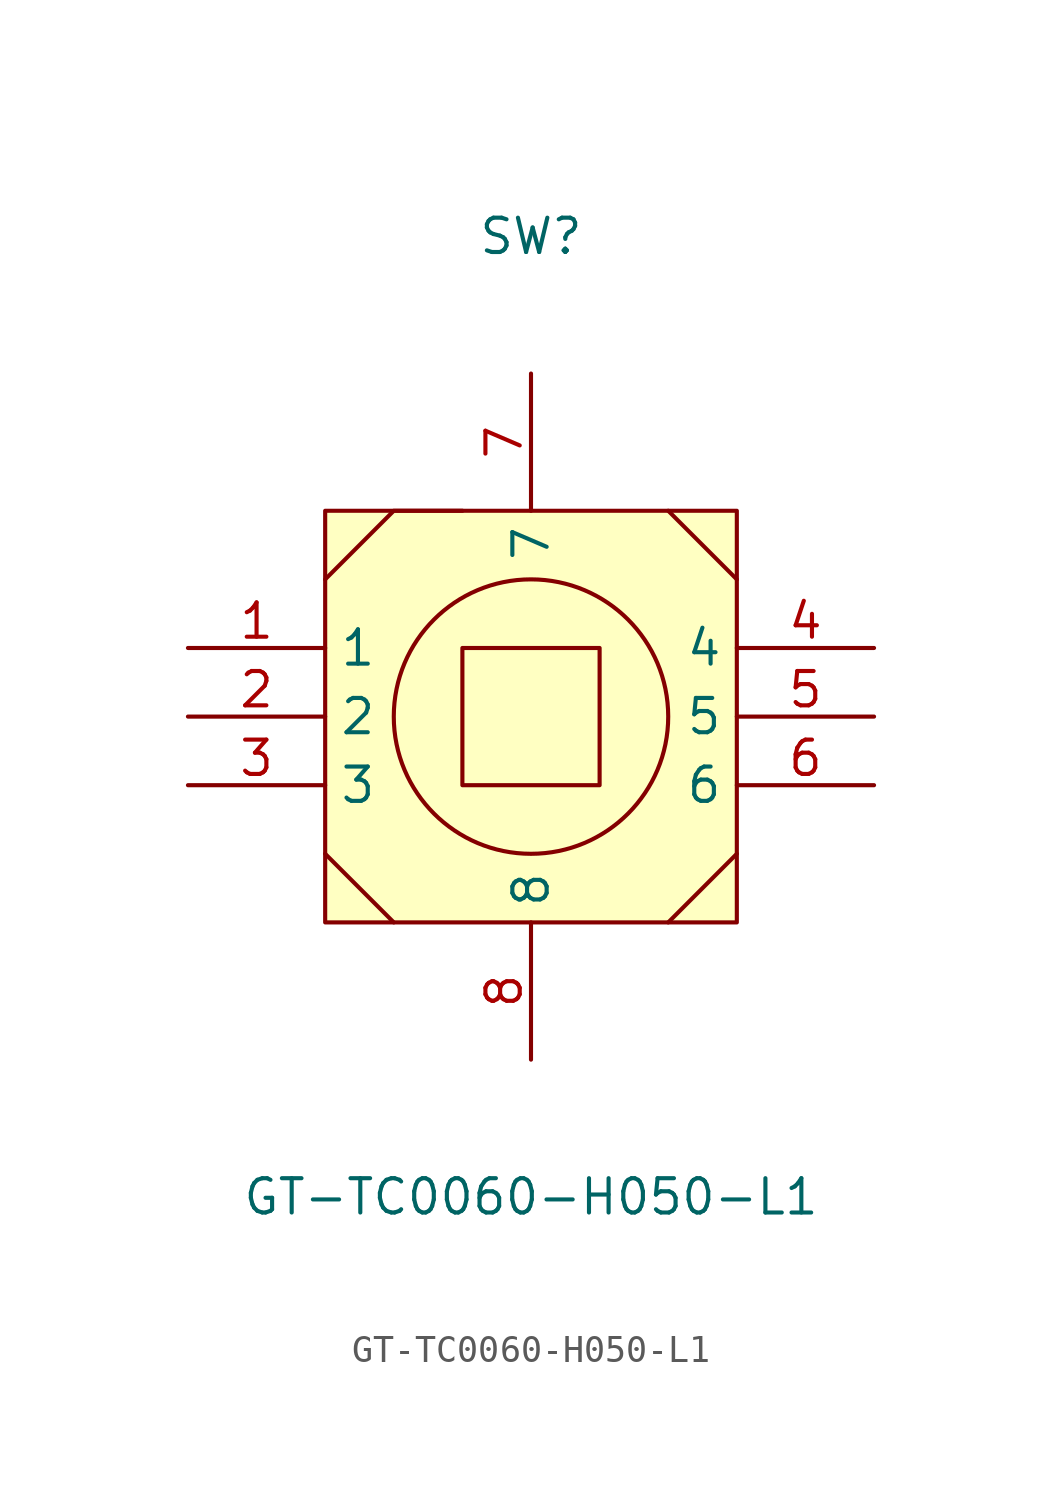
<source format=kicad_sym>
(kicad_symbol_lib
  (version 20241209)
  (generator "kicad_symbol_editor")
  (generator_version "9.0")
  (symbol "GT-TC0060-H050-L1"
    (property "Reference" "SW"
      (at 0 17.78 0)
      (effects (font (size 1.27 1.27))))
    (property "Value" "GT-TC0060-H050-L1"
      (at 0 -17.78 0)
      (effects (font (size 1.27 1.27))))
    (symbol "GT-TC0060-H050-L1_0_1"
      (rectangle (start -7.62 7.62) (end 7.62 -7.62) (stroke (width 0) (type default)) (fill (type background)))
      (polyline (pts (xy -7.62 5.08) (xy -5.08 7.62) (xy -2.54 7.62)) (stroke (width 0) (type default)) (fill (type none)))
      (polyline (pts (xy -7.62 -5.08) (xy -5.08 -7.62)) (stroke (width 0) (type default)) (fill (type none)))
      (rectangle (start -2.54 2.54) (end 2.54 -2.54) (stroke (width 0) (type default)) (fill (type background)))
      (circle (center 0 0) (radius 5.08) (stroke (width 0) (type default)) (fill (type none)))
      (polyline (pts (xy 5.08 7.62) (xy 7.62 5.08)) (stroke (width 0) (type default)) (fill (type none)))
      (polyline (pts (xy 5.08 -7.62) (xy 7.62 -5.08)) (stroke (width 0) (type default)) (fill (type none)))
      (pin unspecified line (at -12.7 2.54 0) (length 5.08) (name "1" (effects (font (size 1.27 1.27)))) (number "1" (effects (font (size 1.27 1.27)))))
      (pin unspecified line (at -12.7 0 0) (length 5.08) (name "2" (effects (font (size 1.27 1.27)))) (number "2" (effects (font (size 1.27 1.27)))))
      (pin unspecified line (at -12.7 -2.54 0) (length 5.08) (name "3" (effects (font (size 1.27 1.27)))) (number "3" (effects (font (size 1.27 1.27)))))
      (pin unspecified line (at 0 12.7 270) (length 5.08) (name "7" (effects (font (size 1.27 1.27)))) (number "7" (effects (font (size 1.27 1.27)))))
      (pin unspecified line (at 0 -12.7 90) (length 5.08) (name "8" (effects (font (size 1.27 1.27)))) (number "8" (effects (font (size 1.27 1.27)))))
      (pin unspecified line (at 12.7 2.54 180) (length 5.08) (name "4" (effects (font (size 1.27 1.27)))) (number "4" (effects (font (size 1.27 1.27)))))
      (pin unspecified line (at 12.7 0 180) (length 5.08) (name "5" (effects (font (size 1.27 1.27)))) (number "5" (effects (font (size 1.27 1.27)))))
      (pin unspecified line (at 12.7 -2.54 180) (length 5.08) (name "6" (effects (font (size 1.27 1.27)))) (number "6" (effects (font (size 1.27 1.27))))))))
</source>
